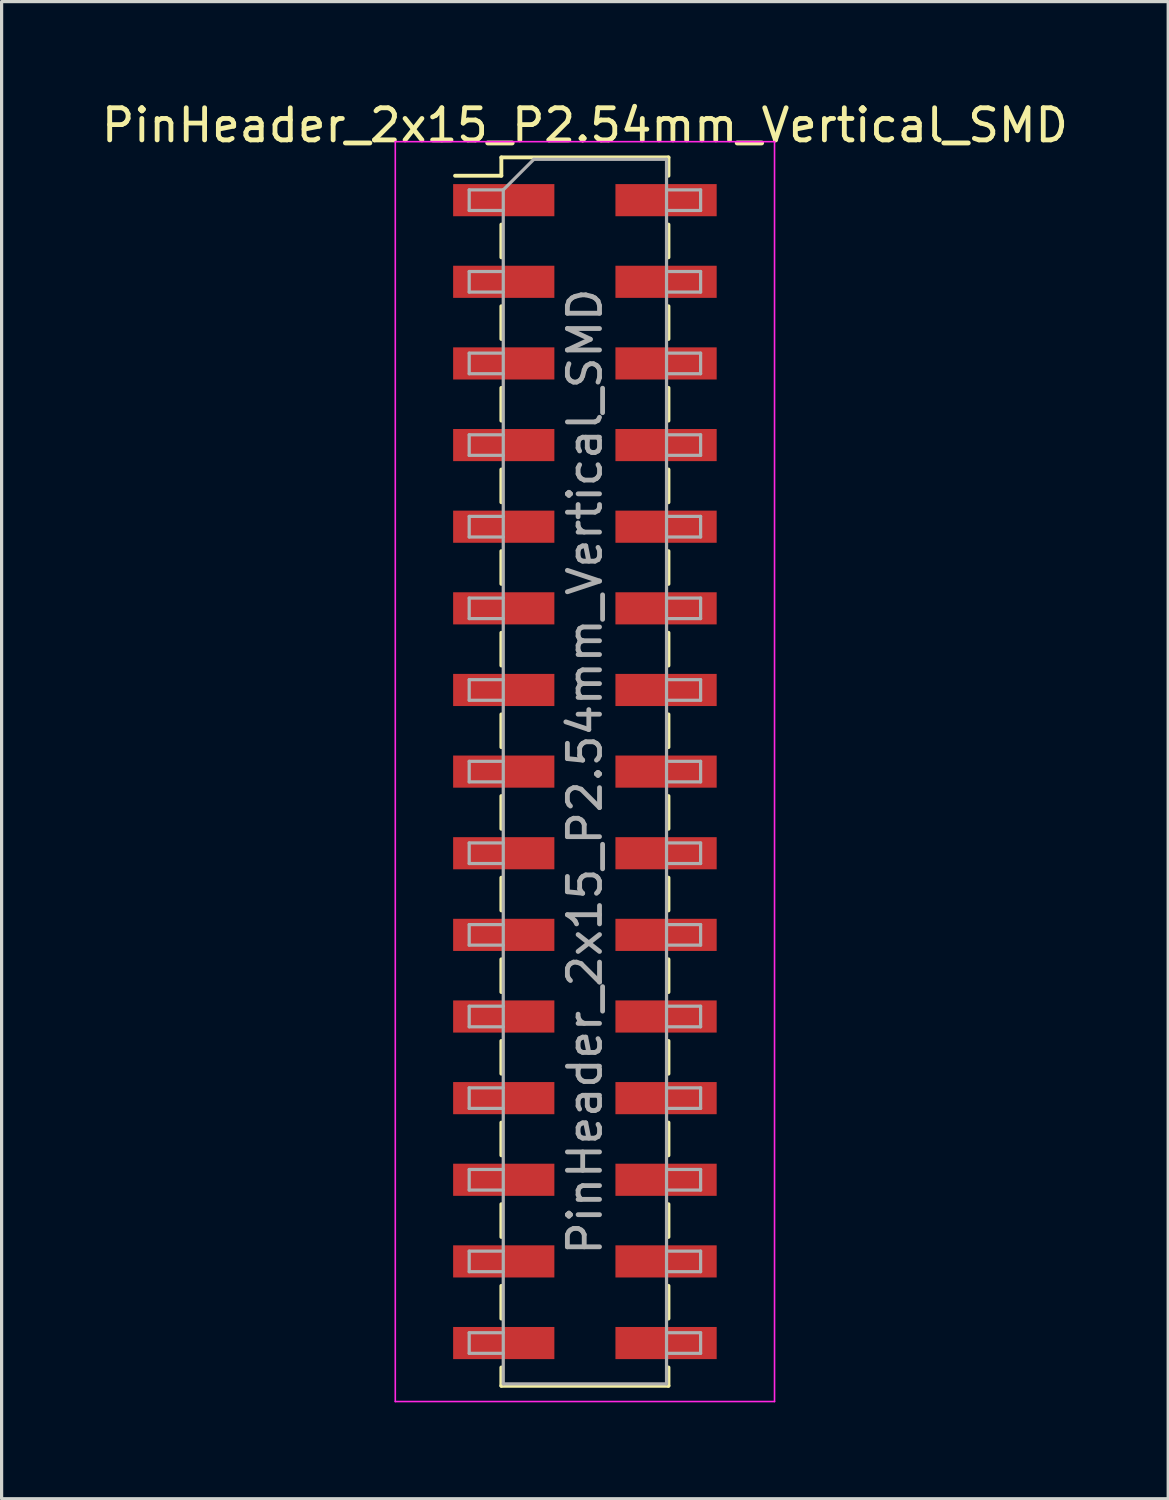
<source format=kicad_pcb>
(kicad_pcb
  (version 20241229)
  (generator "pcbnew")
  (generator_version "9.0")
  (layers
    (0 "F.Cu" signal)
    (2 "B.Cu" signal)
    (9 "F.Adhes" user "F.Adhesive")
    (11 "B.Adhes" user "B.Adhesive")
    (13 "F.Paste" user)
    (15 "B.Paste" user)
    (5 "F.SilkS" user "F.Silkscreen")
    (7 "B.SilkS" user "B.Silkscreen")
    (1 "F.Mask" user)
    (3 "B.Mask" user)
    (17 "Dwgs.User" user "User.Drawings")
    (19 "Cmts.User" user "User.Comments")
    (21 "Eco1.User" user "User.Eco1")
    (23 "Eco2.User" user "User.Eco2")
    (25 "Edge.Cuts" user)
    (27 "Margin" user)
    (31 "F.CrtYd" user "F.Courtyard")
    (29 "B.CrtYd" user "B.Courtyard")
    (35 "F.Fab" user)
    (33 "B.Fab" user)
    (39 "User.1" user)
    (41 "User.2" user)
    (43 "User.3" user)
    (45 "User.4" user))
  (footprint "PinHeader_2x15_P2.54mm_Vertical_SMD"
    (layer "F.Cu")
    (at 15.149 20.958)
    (property "Reference" "PinHeader_2x15_P2.54mm_Vertical_SMD" (at 0 -20.11 0) (layer "F.SilkS") (effects (font (size 1 1) (thickness 0.15))))
    (attr smd)
    (fp_line (start -4.04 -18.54) (end -2.6 -18.54) (stroke (width 0.12) (type solid)) (layer "F.SilkS"))
    (fp_line (start -2.6 -19.11) (end -2.6 -18.54) (stroke (width 0.12) (type solid)) (layer "F.SilkS"))
    (fp_line (start -2.6 -19.11) (end 2.6 -19.11) (stroke (width 0.12) (type solid)) (layer "F.SilkS"))
    (fp_line (start -2.6 -17.02) (end -2.6 -16) (stroke (width 0.12) (type solid)) (layer "F.SilkS"))
    (fp_line (start -2.6 -14.48) (end -2.6 -13.46) (stroke (width 0.12) (type solid)) (layer "F.SilkS"))
    (fp_line (start -2.6 -11.94) (end -2.6 -10.92) (stroke (width 0.12) (type solid)) (layer "F.SilkS"))
    (fp_line (start -2.6 -9.4) (end -2.6 -8.38) (stroke (width 0.12) (type solid)) (layer "F.SilkS"))
    (fp_line (start -2.6 -6.86) (end -2.6 -5.84) (stroke (width 0.12) (type solid)) (layer "F.SilkS"))
    (fp_line (start -2.6 -4.32) (end -2.6 -3.3) (stroke (width 0.12) (type solid)) (layer "F.SilkS"))
    (fp_line (start -2.6 -1.78) (end -2.6 -0.76) (stroke (width 0.12) (type solid)) (layer "F.SilkS"))
    (fp_line (start -2.6 0.76) (end -2.6 1.78) (stroke (width 0.12) (type solid)) (layer "F.SilkS"))
    (fp_line (start -2.6 3.3) (end -2.6 4.32) (stroke (width 0.12) (type solid)) (layer "F.SilkS"))
    (fp_line (start -2.6 5.84) (end -2.6 6.86) (stroke (width 0.12) (type solid)) (layer "F.SilkS"))
    (fp_line (start -2.6 8.38) (end -2.6 9.4) (stroke (width 0.12) (type solid)) (layer "F.SilkS"))
    (fp_line (start -2.6 10.92) (end -2.6 11.94) (stroke (width 0.12) (type solid)) (layer "F.SilkS"))
    (fp_line (start -2.6 13.46) (end -2.6 14.48) (stroke (width 0.12) (type solid)) (layer "F.SilkS"))
    (fp_line (start -2.6 16) (end -2.6 17.02) (stroke (width 0.12) (type solid)) (layer "F.SilkS"))
    (fp_line (start -2.6 18.54) (end -2.6 19.11) (stroke (width 0.12) (type solid)) (layer "F.SilkS"))
    (fp_line (start -2.6 19.11) (end 2.6 19.11) (stroke (width 0.12) (type solid)) (layer "F.SilkS"))
    (fp_line (start 2.6 -19.11) (end 2.6 -18.54) (stroke (width 0.12) (type solid)) (layer "F.SilkS"))
    (fp_line (start 2.6 -17.02) (end 2.6 -16) (stroke (width 0.12) (type solid)) (layer "F.SilkS"))
    (fp_line (start 2.6 -14.48) (end 2.6 -13.46) (stroke (width 0.12) (type solid)) (layer "F.SilkS"))
    (fp_line (start 2.6 -11.94) (end 2.6 -10.92) (stroke (width 0.12) (type solid)) (layer "F.SilkS"))
    (fp_line (start 2.6 -9.4) (end 2.6 -8.38) (stroke (width 0.12) (type solid)) (layer "F.SilkS"))
    (fp_line (start 2.6 -6.86) (end 2.6 -5.84) (stroke (width 0.12) (type solid)) (layer "F.SilkS"))
    (fp_line (start 2.6 -4.32) (end 2.6 -3.3) (stroke (width 0.12) (type solid)) (layer "F.SilkS"))
    (fp_line (start 2.6 -1.78) (end 2.6 -0.76) (stroke (width 0.12) (type solid)) (layer "F.SilkS"))
    (fp_line (start 2.6 0.76) (end 2.6 1.78) (stroke (width 0.12) (type solid)) (layer "F.SilkS"))
    (fp_line (start 2.6 3.3) (end 2.6 4.32) (stroke (width 0.12) (type solid)) (layer "F.SilkS"))
    (fp_line (start 2.6 5.84) (end 2.6 6.86) (stroke (width 0.12) (type solid)) (layer "F.SilkS"))
    (fp_line (start 2.6 8.38) (end 2.6 9.4) (stroke (width 0.12) (type solid)) (layer "F.SilkS"))
    (fp_line (start 2.6 10.92) (end 2.6 11.94) (stroke (width 0.12) (type solid)) (layer "F.SilkS"))
    (fp_line (start 2.6 13.46) (end 2.6 14.48) (stroke (width 0.12) (type solid)) (layer "F.SilkS"))
    (fp_line (start 2.6 16) (end 2.6 17.02) (stroke (width 0.12) (type solid)) (layer "F.SilkS"))
    (fp_line (start 2.6 18.54) (end 2.6 19.11) (stroke (width 0.12) (type solid)) (layer "F.SilkS"))
    (fp_line (start -5.9 -19.6) (end -5.9 19.6) (stroke (width 0.05) (type solid)) (layer "F.CrtYd"))
    (fp_line (start -5.9 19.6) (end 5.9 19.6) (stroke (width 0.05) (type solid)) (layer "F.CrtYd"))
    (fp_line (start 5.9 -19.6) (end -5.9 -19.6) (stroke (width 0.05) (type solid)) (layer "F.CrtYd"))
    (fp_line (start 5.9 19.6) (end 5.9 -19.6) (stroke (width 0.05) (type solid)) (layer "F.CrtYd"))
    (fp_line (start -3.6 -18.1) (end -3.6 -17.46) (stroke (width 0.1) (type solid)) (layer "F.Fab"))
    (fp_line (start -3.6 -17.46) (end -2.54 -17.46) (stroke (width 0.1) (type solid)) (layer "F.Fab"))
    (fp_line (start -3.6 -15.56) (end -3.6 -14.92) (stroke (width 0.1) (type solid)) (layer "F.Fab"))
    (fp_line (start -3.6 -14.92) (end -2.54 -14.92) (stroke (width 0.1) (type solid)) (layer "F.Fab"))
    (fp_line (start -3.6 -13.02) (end -3.6 -12.38) (stroke (width 0.1) (type solid)) (layer "F.Fab"))
    (fp_line (start -3.6 -12.38) (end -2.54 -12.38) (stroke (width 0.1) (type solid)) (layer "F.Fab"))
    (fp_line (start -3.6 -10.48) (end -3.6 -9.84) (stroke (width 0.1) (type solid)) (layer "F.Fab"))
    (fp_line (start -3.6 -9.84) (end -2.54 -9.84) (stroke (width 0.1) (type solid)) (layer "F.Fab"))
    (fp_line (start -3.6 -7.94) (end -3.6 -7.3) (stroke (width 0.1) (type solid)) (layer "F.Fab"))
    (fp_line (start -3.6 -7.3) (end -2.54 -7.3) (stroke (width 0.1) (type solid)) (layer "F.Fab"))
    (fp_line (start -3.6 -5.4) (end -3.6 -4.76) (stroke (width 0.1) (type solid)) (layer "F.Fab"))
    (fp_line (start -3.6 -4.76) (end -2.54 -4.76) (stroke (width 0.1) (type solid)) (layer "F.Fab"))
    (fp_line (start -3.6 -2.86) (end -3.6 -2.22) (stroke (width 0.1) (type solid)) (layer "F.Fab"))
    (fp_line (start -3.6 -2.22) (end -2.54 -2.22) (stroke (width 0.1) (type solid)) (layer "F.Fab"))
    (fp_line (start -3.6 -0.32) (end -3.6 0.32) (stroke (width 0.1) (type solid)) (layer "F.Fab"))
    (fp_line (start -3.6 0.32) (end -2.54 0.32) (stroke (width 0.1) (type solid)) (layer "F.Fab"))
    (fp_line (start -3.6 2.22) (end -3.6 2.86) (stroke (width 0.1) (type solid)) (layer "F.Fab"))
    (fp_line (start -3.6 2.86) (end -2.54 2.86) (stroke (width 0.1) (type solid)) (layer "F.Fab"))
    (fp_line (start -3.6 4.76) (end -3.6 5.4) (stroke (width 0.1) (type solid)) (layer "F.Fab"))
    (fp_line (start -3.6 5.4) (end -2.54 5.4) (stroke (width 0.1) (type solid)) (layer "F.Fab"))
    (fp_line (start -3.6 7.3) (end -3.6 7.94) (stroke (width 0.1) (type solid)) (layer "F.Fab"))
    (fp_line (start -3.6 7.94) (end -2.54 7.94) (stroke (width 0.1) (type solid)) (layer "F.Fab"))
    (fp_line (start -3.6 9.84) (end -3.6 10.48) (stroke (width 0.1) (type solid)) (layer "F.Fab"))
    (fp_line (start -3.6 10.48) (end -2.54 10.48) (stroke (width 0.1) (type solid)) (layer "F.Fab"))
    (fp_line (start -3.6 12.38) (end -3.6 13.02) (stroke (width 0.1) (type solid)) (layer "F.Fab"))
    (fp_line (start -3.6 13.02) (end -2.54 13.02) (stroke (width 0.1) (type solid)) (layer "F.Fab"))
    (fp_line (start -3.6 14.92) (end -3.6 15.56) (stroke (width 0.1) (type solid)) (layer "F.Fab"))
    (fp_line (start -3.6 15.56) (end -2.54 15.56) (stroke (width 0.1) (type solid)) (layer "F.Fab"))
    (fp_line (start -3.6 17.46) (end -3.6 18.1) (stroke (width 0.1) (type solid)) (layer "F.Fab"))
    (fp_line (start -3.6 18.1) (end -2.54 18.1) (stroke (width 0.1) (type solid)) (layer "F.Fab"))
    (fp_line (start -2.54 -18.1) (end -3.6 -18.1) (stroke (width 0.1) (type solid)) (layer "F.Fab"))
    (fp_line (start -2.54 -18.1) (end -1.59 -19.05) (stroke (width 0.1) (type solid)) (layer "F.Fab"))
    (fp_line (start -2.54 -15.56) (end -3.6 -15.56) (stroke (width 0.1) (type solid)) (layer "F.Fab"))
    (fp_line (start -2.54 -13.02) (end -3.6 -13.02) (stroke (width 0.1) (type solid)) (layer "F.Fab"))
    (fp_line (start -2.54 -10.48) (end -3.6 -10.48) (stroke (width 0.1) (type solid)) (layer "F.Fab"))
    (fp_line (start -2.54 -7.94) (end -3.6 -7.94) (stroke (width 0.1) (type solid)) (layer "F.Fab"))
    (fp_line (start -2.54 -5.4) (end -3.6 -5.4) (stroke (width 0.1) (type solid)) (layer "F.Fab"))
    (fp_line (start -2.54 -2.86) (end -3.6 -2.86) (stroke (width 0.1) (type solid)) (layer "F.Fab"))
    (fp_line (start -2.54 -0.32) (end -3.6 -0.32) (stroke (width 0.1) (type solid)) (layer "F.Fab"))
    (fp_line (start -2.54 2.22) (end -3.6 2.22) (stroke (width 0.1) (type solid)) (layer "F.Fab"))
    (fp_line (start -2.54 4.76) (end -3.6 4.76) (stroke (width 0.1) (type solid)) (layer "F.Fab"))
    (fp_line (start -2.54 7.3) (end -3.6 7.3) (stroke (width 0.1) (type solid)) (layer "F.Fab"))
    (fp_line (start -2.54 9.84) (end -3.6 9.84) (stroke (width 0.1) (type solid)) (layer "F.Fab"))
    (fp_line (start -2.54 12.38) (end -3.6 12.38) (stroke (width 0.1) (type solid)) (layer "F.Fab"))
    (fp_line (start -2.54 14.92) (end -3.6 14.92) (stroke (width 0.1) (type solid)) (layer "F.Fab"))
    (fp_line (start -2.54 17.46) (end -3.6 17.46) (stroke (width 0.1) (type solid)) (layer "F.Fab"))
    (fp_line (start -2.54 19.05) (end -2.54 -18.1) (stroke (width 0.1) (type solid)) (layer "F.Fab"))
    (fp_line (start -1.59 -19.05) (end 2.54 -19.05) (stroke (width 0.1) (type solid)) (layer "F.Fab"))
    (fp_line (start 2.54 -19.05) (end 2.54 19.05) (stroke (width 0.1) (type solid)) (layer "F.Fab"))
    (fp_line (start 2.54 -18.1) (end 3.6 -18.1) (stroke (width 0.1) (type solid)) (layer "F.Fab"))
    (fp_line (start 2.54 -15.56) (end 3.6 -15.56) (stroke (width 0.1) (type solid)) (layer "F.Fab"))
    (fp_line (start 2.54 -13.02) (end 3.6 -13.02) (stroke (width 0.1) (type solid)) (layer "F.Fab"))
    (fp_line (start 2.54 -10.48) (end 3.6 -10.48) (stroke (width 0.1) (type solid)) (layer "F.Fab"))
    (fp_line (start 2.54 -7.94) (end 3.6 -7.94) (stroke (width 0.1) (type solid)) (layer "F.Fab"))
    (fp_line (start 2.54 -5.4) (end 3.6 -5.4) (stroke (width 0.1) (type solid)) (layer "F.Fab"))
    (fp_line (start 2.54 -2.86) (end 3.6 -2.86) (stroke (width 0.1) (type solid)) (layer "F.Fab"))
    (fp_line (start 2.54 -0.32) (end 3.6 -0.32) (stroke (width 0.1) (type solid)) (layer "F.Fab"))
    (fp_line (start 2.54 2.22) (end 3.6 2.22) (stroke (width 0.1) (type solid)) (layer "F.Fab"))
    (fp_line (start 2.54 4.76) (end 3.6 4.76) (stroke (width 0.1) (type solid)) (layer "F.Fab"))
    (fp_line (start 2.54 7.3) (end 3.6 7.3) (stroke (width 0.1) (type solid)) (layer "F.Fab"))
    (fp_line (start 2.54 9.84) (end 3.6 9.84) (stroke (width 0.1) (type solid)) (layer "F.Fab"))
    (fp_line (start 2.54 12.38) (end 3.6 12.38) (stroke (width 0.1) (type solid)) (layer "F.Fab"))
    (fp_line (start 2.54 14.92) (end 3.6 14.92) (stroke (width 0.1) (type solid)) (layer "F.Fab"))
    (fp_line (start 2.54 17.46) (end 3.6 17.46) (stroke (width 0.1) (type solid)) (layer "F.Fab"))
    (fp_line (start 2.54 19.05) (end -2.54 19.05) (stroke (width 0.1) (type solid)) (layer "F.Fab"))
    (fp_line (start 3.6 -18.1) (end 3.6 -17.46) (stroke (width 0.1) (type solid)) (layer "F.Fab"))
    (fp_line (start 3.6 -17.46) (end 2.54 -17.46) (stroke (width 0.1) (type solid)) (layer "F.Fab"))
    (fp_line (start 3.6 -15.56) (end 3.6 -14.92) (stroke (width 0.1) (type solid)) (layer "F.Fab"))
    (fp_line (start 3.6 -14.92) (end 2.54 -14.92) (stroke (width 0.1) (type solid)) (layer "F.Fab"))
    (fp_line (start 3.6 -13.02) (end 3.6 -12.38) (stroke (width 0.1) (type solid)) (layer "F.Fab"))
    (fp_line (start 3.6 -12.38) (end 2.54 -12.38) (stroke (width 0.1) (type solid)) (layer "F.Fab"))
    (fp_line (start 3.6 -10.48) (end 3.6 -9.84) (stroke (width 0.1) (type solid)) (layer "F.Fab"))
    (fp_line (start 3.6 -9.84) (end 2.54 -9.84) (stroke (width 0.1) (type solid)) (layer "F.Fab"))
    (fp_line (start 3.6 -7.94) (end 3.6 -7.3) (stroke (width 0.1) (type solid)) (layer "F.Fab"))
    (fp_line (start 3.6 -7.3) (end 2.54 -7.3) (stroke (width 0.1) (type solid)) (layer "F.Fab"))
    (fp_line (start 3.6 -5.4) (end 3.6 -4.76) (stroke (width 0.1) (type solid)) (layer "F.Fab"))
    (fp_line (start 3.6 -4.76) (end 2.54 -4.76) (stroke (width 0.1) (type solid)) (layer "F.Fab"))
    (fp_line (start 3.6 -2.86) (end 3.6 -2.22) (stroke (width 0.1) (type solid)) (layer "F.Fab"))
    (fp_line (start 3.6 -2.22) (end 2.54 -2.22) (stroke (width 0.1) (type solid)) (layer "F.Fab"))
    (fp_line (start 3.6 -0.32) (end 3.6 0.32) (stroke (width 0.1) (type solid)) (layer "F.Fab"))
    (fp_line (start 3.6 0.32) (end 2.54 0.32) (stroke (width 0.1) (type solid)) (layer "F.Fab"))
    (fp_line (start 3.6 2.22) (end 3.6 2.86) (stroke (width 0.1) (type solid)) (layer "F.Fab"))
    (fp_line (start 3.6 2.86) (end 2.54 2.86) (stroke (width 0.1) (type solid)) (layer "F.Fab"))
    (fp_line (start 3.6 4.76) (end 3.6 5.4) (stroke (width 0.1) (type solid)) (layer "F.Fab"))
    (fp_line (start 3.6 5.4) (end 2.54 5.4) (stroke (width 0.1) (type solid)) (layer "F.Fab"))
    (fp_line (start 3.6 7.3) (end 3.6 7.94) (stroke (width 0.1) (type solid)) (layer "F.Fab"))
    (fp_line (start 3.6 7.94) (end 2.54 7.94) (stroke (width 0.1) (type solid)) (layer "F.Fab"))
    (fp_line (start 3.6 9.84) (end 3.6 10.48) (stroke (width 0.1) (type solid)) (layer "F.Fab"))
    (fp_line (start 3.6 10.48) (end 2.54 10.48) (stroke (width 0.1) (type solid)) (layer "F.Fab"))
    (fp_line (start 3.6 12.38) (end 3.6 13.02) (stroke (width 0.1) (type solid)) (layer "F.Fab"))
    (fp_line (start 3.6 13.02) (end 2.54 13.02) (stroke (width 0.1) (type solid)) (layer "F.Fab"))
    (fp_line (start 3.6 14.92) (end 3.6 15.56) (stroke (width 0.1) (type solid)) (layer "F.Fab"))
    (fp_line (start 3.6 15.56) (end 2.54 15.56) (stroke (width 0.1) (type solid)) (layer "F.Fab"))
    (fp_line (start 3.6 17.46) (end 3.6 18.1) (stroke (width 0.1) (type solid)) (layer "F.Fab"))
    (fp_line (start 3.6 18.1) (end 2.54 18.1) (stroke (width 0.1) (type solid)) (layer "F.Fab"))
    (fp_text user "${REFERENCE}" (at 0 0 90) (layer "F.Fab") (effects (font (size 1 1) (thickness 0.15))))
    (pad "1" smd rect (at -2.525 -17.78) (size 3.15 1) (layers "F.Cu" "F.Mask" "F.Paste"))
    (pad "2" smd rect (at 2.525 -17.78) (size 3.15 1) (layers "F.Cu" "F.Mask" "F.Paste"))
    (pad "3" smd rect (at -2.525 -15.24) (size 3.15 1) (layers "F.Cu" "F.Mask" "F.Paste"))
    (pad "4" smd rect (at 2.525 -15.24) (size 3.15 1) (layers "F.Cu" "F.Mask" "F.Paste"))
    (pad "5" smd rect (at -2.525 -12.7) (size 3.15 1) (layers "F.Cu" "F.Mask" "F.Paste"))
    (pad "6" smd rect (at 2.525 -12.7) (size 3.15 1) (layers "F.Cu" "F.Mask" "F.Paste"))
    (pad "7" smd rect (at -2.525 -10.16) (size 3.15 1) (layers "F.Cu" "F.Mask" "F.Paste"))
    (pad "8" smd rect (at 2.525 -10.16) (size 3.15 1) (layers "F.Cu" "F.Mask" "F.Paste"))
    (pad "9" smd rect (at -2.525 -7.62) (size 3.15 1) (layers "F.Cu" "F.Mask" "F.Paste"))
    (pad "10" smd rect (at 2.525 -7.62) (size 3.15 1) (layers "F.Cu" "F.Mask" "F.Paste"))
    (pad "11" smd rect (at -2.525 -5.08) (size 3.15 1) (layers "F.Cu" "F.Mask" "F.Paste"))
    (pad "12" smd rect (at 2.525 -5.08) (size 3.15 1) (layers "F.Cu" "F.Mask" "F.Paste"))
    (pad "13" smd rect (at -2.525 -2.54) (size 3.15 1) (layers "F.Cu" "F.Mask" "F.Paste"))
    (pad "14" smd rect (at 2.525 -2.54) (size 3.15 1) (layers "F.Cu" "F.Mask" "F.Paste"))
    (pad "15" smd rect (at -2.525 0) (size 3.15 1) (layers "F.Cu" "F.Mask" "F.Paste"))
    (pad "16" smd rect (at 2.525 0) (size 3.15 1) (layers "F.Cu" "F.Mask" "F.Paste"))
    (pad "17" smd rect (at -2.525 2.54) (size 3.15 1) (layers "F.Cu" "F.Mask" "F.Paste"))
    (pad "18" smd rect (at 2.525 2.54) (size 3.15 1) (layers "F.Cu" "F.Mask" "F.Paste"))
    (pad "19" smd rect (at -2.525 5.08) (size 3.15 1) (layers "F.Cu" "F.Mask" "F.Paste"))
    (pad "20" smd rect (at 2.525 5.08) (size 3.15 1) (layers "F.Cu" "F.Mask" "F.Paste"))
    (pad "21" smd rect (at -2.525 7.62) (size 3.15 1) (layers "F.Cu" "F.Mask" "F.Paste"))
    (pad "22" smd rect (at 2.525 7.62) (size 3.15 1) (layers "F.Cu" "F.Mask" "F.Paste"))
    (pad "23" smd rect (at -2.525 10.16) (size 3.15 1) (layers "F.Cu" "F.Mask" "F.Paste"))
    (pad "24" smd rect (at 2.525 10.16) (size 3.15 1) (layers "F.Cu" "F.Mask" "F.Paste"))
    (pad "25" smd rect (at -2.525 12.7) (size 3.15 1) (layers "F.Cu" "F.Mask" "F.Paste"))
    (pad "26" smd rect (at 2.525 12.7) (size 3.15 1) (layers "F.Cu" "F.Mask" "F.Paste"))
    (pad "27" smd rect (at -2.525 15.24) (size 3.15 1) (layers "F.Cu" "F.Mask" "F.Paste"))
    (pad "28" smd rect (at 2.525 15.24) (size 3.15 1) (layers "F.Cu" "F.Mask" "F.Paste"))
    (pad "29" smd rect (at -2.525 17.78) (size 3.15 1) (layers "F.Cu" "F.Mask" "F.Paste"))
    (pad "30" smd rect (at 2.525 17.78) (size 3.15 1) (layers "F.Cu" "F.Mask" "F.Paste")))
  (gr_rect
    (start -3 -3)
    (end 33.298 43.583)
    (stroke (width 0.1) (type default))
    (fill no)
    (layer "Edge.Cuts")))
</source>
